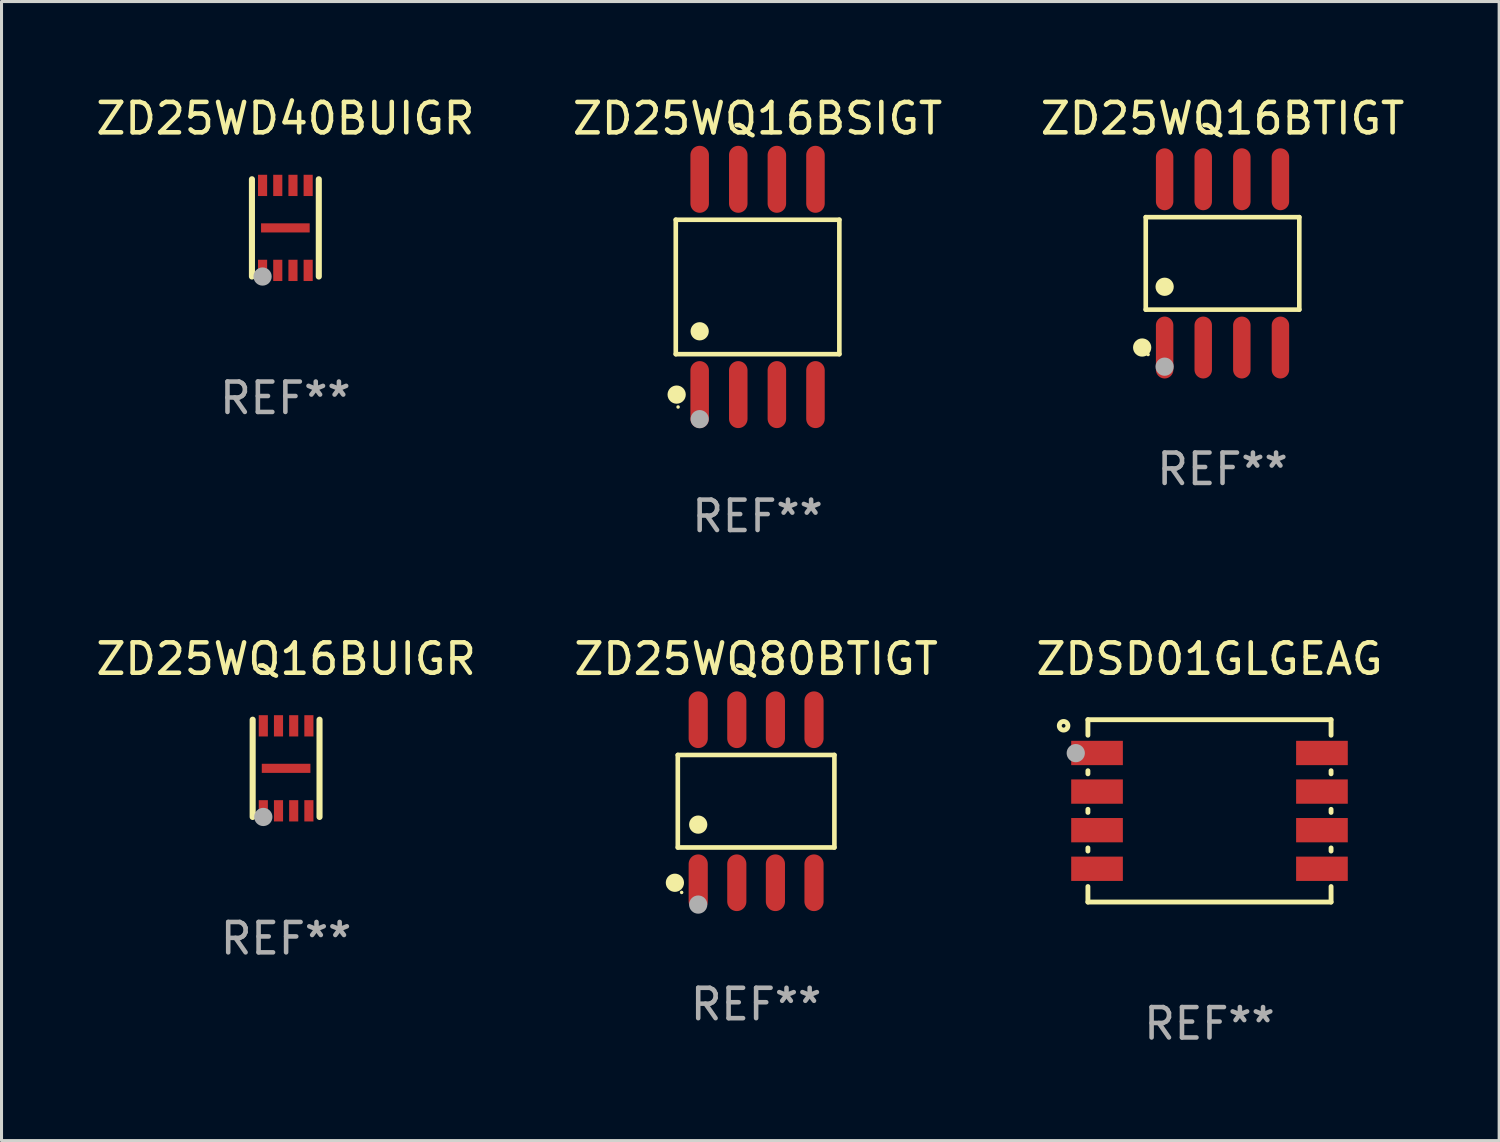
<source format=kicad_pcb>
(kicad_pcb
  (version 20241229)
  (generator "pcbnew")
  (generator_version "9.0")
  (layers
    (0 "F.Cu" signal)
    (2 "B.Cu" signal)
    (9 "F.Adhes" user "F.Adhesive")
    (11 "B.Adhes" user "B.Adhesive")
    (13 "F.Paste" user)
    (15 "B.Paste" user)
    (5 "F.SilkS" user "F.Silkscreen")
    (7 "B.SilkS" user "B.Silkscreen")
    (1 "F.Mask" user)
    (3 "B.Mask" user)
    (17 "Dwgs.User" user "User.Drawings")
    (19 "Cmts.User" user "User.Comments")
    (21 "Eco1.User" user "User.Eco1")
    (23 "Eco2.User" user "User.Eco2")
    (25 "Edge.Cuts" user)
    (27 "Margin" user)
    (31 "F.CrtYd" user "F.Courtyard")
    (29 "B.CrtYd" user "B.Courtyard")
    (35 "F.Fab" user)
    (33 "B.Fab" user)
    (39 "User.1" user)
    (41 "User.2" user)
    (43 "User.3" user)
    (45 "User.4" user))
  (footprint "ZD25WQ16BUIGR"
    (layer "F.Cu")
    (at 6.363 22.229)
    (property "Reference" "ZD25WQ16BUIGR" (at 0 -3.6 0) (layer "F.SilkS") (effects (font (size 1 1) (thickness 0.15))))
    (attr through_hole)
    (fp_line (start -1.1 1.6) (end -1.1 -1.6) (stroke (width 0.2) (type solid)) (layer "F.SilkS"))
    (fp_line (start 1.1 1.6) (end 1.1 -1.6) (stroke (width 0.2) (type solid)) (layer "F.SilkS"))
    (fp_circle (center -1 1.5) (end -0.97 1.5) (stroke (width 0.06) (type solid)) (fill no) (layer "F.SilkS"))
    (fp_circle (center -0.75 1.6) (end -0.6 1.6) (stroke (width 0.3) (type solid)) (fill no) (layer "F.Fab"))
    (fp_text user "REF**" (at 0 5.6 0) (layer "F.Fab") (effects (font (size 1 1) (thickness 0.15))))
    (pad "1" smd rect (at -0.75 1.398 90) (size 0.7 0.3) (layers "F.Cu" "F.Mask" "F.Paste"))
    (pad "2" smd rect (at -0.25 1.398 90) (size 0.7 0.3) (layers "F.Cu" "F.Mask" "F.Paste"))
    (pad "3" smd rect (at 0.25 1.398 90) (size 0.7 0.3) (layers "F.Cu" "F.Mask" "F.Paste"))
    (pad "4" smd rect (at 0.75 1.398 90) (size 0.7 0.3) (layers "F.Cu" "F.Mask" "F.Paste"))
    (pad "5" smd rect (at 0.75 -1.398 90) (size 0.7 0.3) (layers "F.Cu" "F.Mask" "F.Paste"))
    (pad "6" smd rect (at 0.25 -1.398 90) (size 0.7 0.3) (layers "F.Cu" "F.Mask" "F.Paste"))
    (pad "7" smd rect (at -0.25 -1.398 90) (size 0.7 0.3) (layers "F.Cu" "F.Mask" "F.Paste"))
    (pad "8" smd rect (at -0.75 -1.398 90) (size 0.7 0.3) (layers "F.Cu" "F.Mask" "F.Paste"))
    (pad "9" smd rect (at 0.000127 0) (size 1.6 0.3) (layers "F.Cu" "F.Mask" "F.Paste")))
  (footprint "ZD25WD40BUIGR"
    (layer "F.Cu")
    (at 6.339 4.448)
    (property "Reference" "ZD25WD40BUIGR" (at 0 -3.6 0) (layer "F.SilkS") (effects (font (size 1 1) (thickness 0.15))))
    (attr through_hole)
    (fp_line (start -1.1 1.6) (end -1.1 -1.6) (stroke (width 0.2) (type solid)) (layer "F.SilkS"))
    (fp_line (start 1.1 1.6) (end 1.1 -1.6) (stroke (width 0.2) (type solid)) (layer "F.SilkS"))
    (fp_circle (center -1 1.5) (end -0.97 1.5) (stroke (width 0.06) (type solid)) (fill no) (layer "F.SilkS"))
    (fp_circle (center -0.75 1.6) (end -0.6 1.6) (stroke (width 0.3) (type solid)) (fill no) (layer "F.Fab"))
    (fp_text user "REF**" (at 0 5.6 0) (layer "F.Fab") (effects (font (size 1 1) (thickness 0.15))))
    (pad "1" smd rect (at -0.75 1.398 90) (size 0.7 0.3) (layers "F.Cu" "F.Mask" "F.Paste"))
    (pad "2" smd rect (at -0.25 1.398 90) (size 0.7 0.3) (layers "F.Cu" "F.Mask" "F.Paste"))
    (pad "3" smd rect (at 0.25 1.398 90) (size 0.7 0.3) (layers "F.Cu" "F.Mask" "F.Paste"))
    (pad "4" smd rect (at 0.75 1.398 90) (size 0.7 0.3) (layers "F.Cu" "F.Mask" "F.Paste"))
    (pad "5" smd rect (at 0.75 -1.398 90) (size 0.7 0.3) (layers "F.Cu" "F.Mask" "F.Paste"))
    (pad "6" smd rect (at 0.25 -1.398 90) (size 0.7 0.3) (layers "F.Cu" "F.Mask" "F.Paste"))
    (pad "7" smd rect (at -0.25 -1.398 90) (size 0.7 0.3) (layers "F.Cu" "F.Mask" "F.Paste"))
    (pad "8" smd rect (at -0.75 -1.398 90) (size 0.7 0.3) (layers "F.Cu" "F.Mask" "F.Paste"))
    (pad "9" smd rect (at 0.000127 0) (size 1.6 0.3) (layers "F.Cu" "F.Mask" "F.Paste")))
  (footprint "ZD25WQ16BSIGT"
    (layer "F.Cu")
    (at 21.875 6.391)
    (property "Reference" "ZD25WQ16BSIGT" (at 0 -5.542 0) (layer "F.SilkS") (effects (font (size 1 1) (thickness 0.15))))
    (attr through_hole)
    (fp_line (start -2.691 -2.211) (end 2.691 -2.211) (stroke (width 0.152) (type solid)) (layer "F.SilkS"))
    (fp_line (start -2.691 2.211) (end -2.691 -2.211) (stroke (width 0.152) (type solid)) (layer "F.SilkS"))
    (fp_line (start 2.691 -2.211) (end 2.691 2.211) (stroke (width 0.152) (type solid)) (layer "F.SilkS"))
    (fp_line (start 2.691 2.211) (end -2.691 2.211) (stroke (width 0.152) (type solid)) (layer "F.SilkS"))
    (fp_circle (center -2.662 3.542) (end -2.512 3.542) (stroke (width 0.3) (type solid)) (fill no) (layer "F.SilkS"))
    (fp_circle (center -2.615 3.95) (end -2.585 3.95) (stroke (width 0.06) (type solid)) (fill no) (layer "F.SilkS"))
    (fp_circle (center -1.905 1.459) (end -1.755 1.459) (stroke (width 0.3) (type solid)) (fill no) (layer "F.SilkS"))
    (fp_circle (center -1.905 4.35) (end -1.755 4.35) (stroke (width 0.3) (type solid)) (fill no) (layer "F.Fab"))
    (fp_text user "REF**" (at 0 7.542 0) (layer "F.Fab") (effects (font (size 1 1) (thickness 0.15))))
    (pad "1" smd oval (at -1.905 3.542) (size 0.609 2.204) (layers "F.Cu" "F.Mask" "F.Paste"))
    (pad "2" smd oval (at -0.635 3.542) (size 0.609 2.204) (layers "F.Cu" "F.Mask" "F.Paste"))
    (pad "3" smd oval (at 0.635 3.542) (size 0.609 2.204) (layers "F.Cu" "F.Mask" "F.Paste"))
    (pad "4" smd oval (at 1.905 3.542) (size 0.609 2.204) (layers "F.Cu" "F.Mask" "F.Paste"))
    (pad "5" smd oval (at 1.905 -3.542) (size 0.609 2.204) (layers "F.Cu" "F.Mask" "F.Paste"))
    (pad "6" smd oval (at 0.635 -3.542) (size 0.609 2.204) (layers "F.Cu" "F.Mask" "F.Paste"))
    (pad "7" smd oval (at -0.635 -3.542) (size 0.609 2.204) (layers "F.Cu" "F.Mask" "F.Paste"))
    (pad "8" smd oval (at -1.905 -3.542) (size 0.609 2.204) (layers "F.Cu" "F.Mask" "F.Paste")))
  (footprint "ZD25WQ80BTIGT"
    (layer "F.Cu")
    (at 21.827 23.312)
    (property "Reference" "ZD25WQ80BTIGT" (at 0 -4.682 0) (layer "F.SilkS") (effects (font (size 1 1) (thickness 0.15))))
    (attr through_hole)
    (fp_line (start -2.576 -1.522) (end 2.576 -1.522) (stroke (width 0.152) (type solid)) (layer "F.SilkS"))
    (fp_line (start -2.576 1.521) (end -2.576 -1.522) (stroke (width 0.152) (type solid)) (layer "F.SilkS"))
    (fp_line (start 2.576 -1.522) (end 2.576 1.521) (stroke (width 0.152) (type solid)) (layer "F.SilkS"))
    (fp_line (start 2.576 1.521) (end -2.576 1.521) (stroke (width 0.152) (type solid)) (layer "F.SilkS"))
    (fp_circle (center -2.672 2.682) (end -2.522 2.682) (stroke (width 0.3) (type solid)) (fill no) (layer "F.SilkS"))
    (fp_circle (center -2.45 3) (end -2.42 3) (stroke (width 0.06) (type solid)) (fill no) (layer "F.SilkS"))
    (fp_circle (center -1.905 0.769) (end -1.755 0.769) (stroke (width 0.3) (type solid)) (fill no) (layer "F.SilkS"))
    (fp_circle (center -1.905 3.4) (end -1.755 3.4) (stroke (width 0.3) (type solid)) (fill no) (layer "F.Fab"))
    (fp_text user "REF**" (at 0 6.682 0) (layer "F.Fab") (effects (font (size 1 1) (thickness 0.15))))
    (pad "1" smd oval (at -1.905 2.682) (size 0.63 1.865) (layers "F.Cu" "F.Mask" "F.Paste"))
    (pad "2" smd oval (at -0.635 2.682) (size 0.63 1.865) (layers "F.Cu" "F.Mask" "F.Paste"))
    (pad "3" smd oval (at 0.635 2.682) (size 0.63 1.865) (layers "F.Cu" "F.Mask" "F.Paste"))
    (pad "4" smd oval (at 1.905 2.682) (size 0.63 1.865) (layers "F.Cu" "F.Mask" "F.Paste"))
    (pad "5" smd oval (at 1.905 -2.682) (size 0.63 1.865) (layers "F.Cu" "F.Mask" "F.Paste"))
    (pad "6" smd oval (at 0.635 -2.682) (size 0.63 1.865) (layers "F.Cu" "F.Mask" "F.Paste"))
    (pad "7" smd oval (at -0.635 -2.682) (size 0.63 1.865) (layers "F.Cu" "F.Mask" "F.Paste"))
    (pad "8" smd oval (at -1.905 -2.682) (size 0.63 1.865) (layers "F.Cu" "F.Mask" "F.Paste")))
  (footprint "ZDSD01GLGEAG"
    (layer "F.Cu")
    (at 36.744 23.629)
    (property "Reference" "ZDSD01GLGEAG" (at 0 -5 0) (layer "F.SilkS") (effects (font (size 1 1) (thickness 0.15))))
    (attr through_hole)
    (fp_line (start -4 -3) (end -4 -2.489) (stroke (width 0.16) (type solid)) (layer "F.SilkS"))
    (fp_line (start -4 -3) (end 4 -3) (stroke (width 0.16) (type solid)) (layer "F.SilkS"))
    (fp_line (start -4 -1.321) (end -4 -1.219) (stroke (width 0.16) (type solid)) (layer "F.SilkS"))
    (fp_line (start -4 -0.051) (end -4 0.051) (stroke (width 0.16) (type solid)) (layer "F.SilkS"))
    (fp_line (start -4 1.219) (end -4 1.321) (stroke (width 0.16) (type solid)) (layer "F.SilkS"))
    (fp_line (start -4 2.489) (end -4 3) (stroke (width 0.16) (type solid)) (layer "F.SilkS"))
    (fp_line (start -4 3) (end 4 3) (stroke (width 0.16) (type solid)) (layer "F.SilkS"))
    (fp_line (start 4 -3) (end 4 -2.489) (stroke (width 0.16) (type solid)) (layer "F.SilkS"))
    (fp_line (start 4 -1.321) (end 4 -1.219) (stroke (width 0.16) (type solid)) (layer "F.SilkS"))
    (fp_line (start 4 -0.051) (end 4 0.051) (stroke (width 0.16) (type solid)) (layer "F.SilkS"))
    (fp_line (start 4 1.219) (end 4 1.321) (stroke (width 0.16) (type solid)) (layer "F.SilkS"))
    (fp_line (start 4 2.489) (end 4 3) (stroke (width 0.16) (type solid)) (layer "F.SilkS"))
    (fp_circle (center -4.8 -2.8) (end -4.658 -2.8) (stroke (width 0.16) (type solid)) (fill no) (layer "F.SilkS"))
    (fp_circle (center -4 -3) (end -3.97 -3) (stroke (width 0.06) (type solid)) (fill no) (layer "F.SilkS"))
    (fp_circle (center -4.4 -1.9) (end -4.25 -1.9) (stroke (width 0.3) (type solid)) (fill no) (layer "F.Fab"))
    (fp_text user "REF**" (at 0 7 0) (layer "F.Fab") (effects (font (size 1 1) (thickness 0.15))))
    (pad "1" smd rect (at -3.7 -1.905) (size 1.7 0.8) (layers "F.Cu" "F.Mask" "F.Paste"))
    (pad "2" smd rect (at -3.7 -0.635) (size 1.7 0.8) (layers "F.Cu" "F.Mask" "F.Paste"))
    (pad "3" smd rect (at -3.7 0.635) (size 1.7 0.8) (layers "F.Cu" "F.Mask" "F.Paste"))
    (pad "4" smd rect (at -3.7 1.905) (size 1.7 0.8) (layers "F.Cu" "F.Mask" "F.Paste"))
    (pad "5" smd rect (at 3.7 1.905) (size 1.7 0.8) (layers "F.Cu" "F.Mask" "F.Paste"))
    (pad "6" smd rect (at 3.7 0.635) (size 1.7 0.8) (layers "F.Cu" "F.Mask" "F.Paste"))
    (pad "7" smd rect (at 3.7 -0.635) (size 1.7 0.8) (layers "F.Cu" "F.Mask" "F.Paste"))
    (pad "8" smd rect (at 3.7 -1.905) (size 1.7 0.8) (layers "F.Cu" "F.Mask" "F.Paste")))
  (footprint "ZD25WQ16BTIGT"
    (layer "F.Cu")
    (at 37.173 5.616)
    (property "Reference" "ZD25WQ16BTIGT" (at 0 -4.768 0) (layer "F.SilkS") (effects (font (size 1 1) (thickness 0.15))))
    (attr through_hole)
    (fp_line (start -2.526 -1.521) (end 2.526 -1.521) (stroke (width 0.152) (type solid)) (layer "F.SilkS"))
    (fp_line (start -2.526 1.521) (end -2.526 -1.521) (stroke (width 0.152) (type solid)) (layer "F.SilkS"))
    (fp_line (start 2.526 -1.521) (end 2.526 1.521) (stroke (width 0.152) (type solid)) (layer "F.SilkS"))
    (fp_line (start 2.526 1.521) (end -2.526 1.521) (stroke (width 0.152) (type solid)) (layer "F.SilkS"))
    (fp_circle (center -2.644 2.768) (end -2.494 2.768) (stroke (width 0.3) (type solid)) (fill no) (layer "F.SilkS"))
    (fp_circle (center -2.45 2.998) (end -2.42 2.998) (stroke (width 0.06) (type solid)) (fill no) (layer "F.SilkS"))
    (fp_circle (center -1.905 0.769) (end -1.755 0.769) (stroke (width 0.3) (type solid)) (fill no) (layer "F.SilkS"))
    (fp_circle (center -1.905 3.398) (end -1.755 3.398) (stroke (width 0.3) (type solid)) (fill no) (layer "F.Fab"))
    (fp_text user "REF**" (at 0 6.768 0) (layer "F.Fab") (effects (font (size 1 1) (thickness 0.15))))
    (pad "1" smd oval (at -1.905 2.768) (size 0.574 2.036) (layers "F.Cu" "F.Mask" "F.Paste"))
    (pad "2" smd oval (at -0.635 2.768) (size 0.574 2.036) (layers "F.Cu" "F.Mask" "F.Paste"))
    (pad "3" smd oval (at 0.635 2.768) (size 0.574 2.036) (layers "F.Cu" "F.Mask" "F.Paste"))
    (pad "4" smd oval (at 1.905 2.768) (size 0.574 2.036) (layers "F.Cu" "F.Mask" "F.Paste"))
    (pad "5" smd oval (at 1.905 -2.768) (size 0.574 2.036) (layers "F.Cu" "F.Mask" "F.Paste"))
    (pad "6" smd oval (at 0.635 -2.768) (size 0.574 2.036) (layers "F.Cu" "F.Mask" "F.Paste"))
    (pad "7" smd oval (at -0.635 -2.768) (size 0.574 2.036) (layers "F.Cu" "F.Mask" "F.Paste"))
    (pad "8" smd oval (at -1.905 -2.768) (size 0.574 2.036) (layers "F.Cu" "F.Mask" "F.Paste")))
  (gr_rect
    (start -3 -3)
    (end 46.274 34.478)
    (stroke (width 0.1) (type default))
    (fill no)
    (layer "Edge.Cuts")))
</source>
